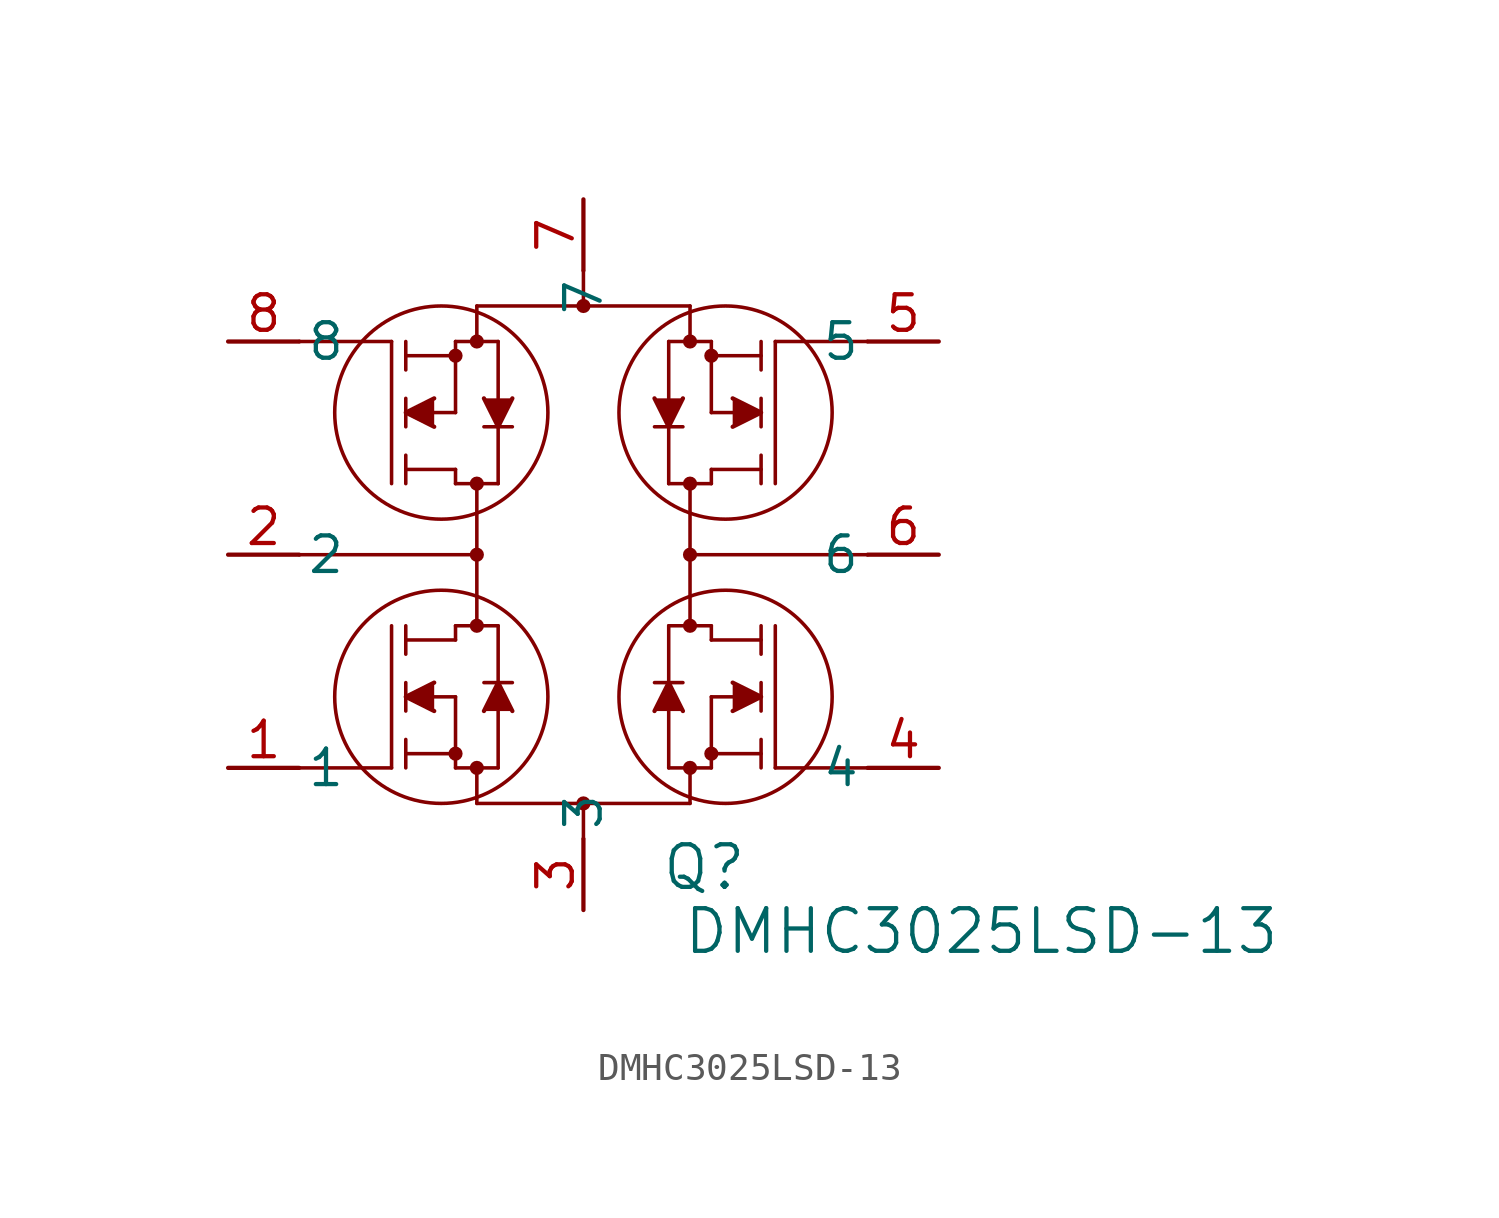
<source format=kicad_sym>
(kicad_symbol_lib
  (version 20241209)
  (generator "kicad_symbol_editor")
  (generator_version "9.0")
  (symbol "DMHC3025LSD-13"
    (pin_names
      (offset 0.254))
    (property "Reference" "Q"
      (at 17.018 -18.796 0)
      (effects (font (size 1.524 1.524))))
    (property "Value" "DMHC3025LSD-13"
      (at 26.924 -21.082 0)
      (effects (font (size 1.524 1.524))))
    (property "ki_locked" ""
      (at 0 0 0)
      (effects (font (size 1.27 1.27))))
    (symbol "DMHC3025LSD-13_0_1"
      (polyline (pts (xy 2.54 -7.62) (xy 8.89 -7.62)) (stroke (width 0.127) (type default)) (fill (type none)))
      (polyline (pts (xy 2.54 -15.24) (xy 5.842 -15.24)) (stroke (width 0.127) (type default)) (fill (type none)))
      (polyline (pts (xy 5.842 0) (xy 2.54 0)) (stroke (width 0.127) (type default)) (fill (type none)))
      (polyline (pts (xy 5.842 0) (xy 5.842 -5.08)) (stroke (width 0.127) (type default)) (fill (type none)))
      (polyline (pts (xy 5.842 -15.24) (xy 5.842 -10.16)) (stroke (width 0.127) (type default)) (fill (type none)))
      (polyline (pts (xy 6.35 0) (xy 6.35 -1.016)) (stroke (width 0.127) (type default)) (fill (type none)))
      (polyline (pts (xy 6.35 -0.508) (xy 8.128 -0.508)) (stroke (width 0.127) (type default)) (fill (type none)))
      (polyline (pts (xy 6.35 -2.032) (xy 6.35 -3.048)) (stroke (width 0.127) (type default)) (fill (type none)))
      (polyline (pts (xy 6.35 -4.064) (xy 6.35 -5.08)) (stroke (width 0.127) (type default)) (fill (type none)))
      (polyline (pts (xy 6.35 -4.572) (xy 8.128 -4.572)) (stroke (width 0.127) (type default)) (fill (type none)))
      (polyline (pts (xy 6.35 -10.668) (xy 8.128 -10.668)) (stroke (width 0.127) (type default)) (fill (type none)))
      (polyline (pts (xy 6.35 -11.176) (xy 6.35 -10.16)) (stroke (width 0.127) (type default)) (fill (type none)))
      (polyline (pts (xy 6.35 -13.208) (xy 6.35 -12.192)) (stroke (width 0.127) (type default)) (fill (type none)))
      (polyline (pts (xy 6.35 -14.732) (xy 8.128 -14.732)) (stroke (width 0.127) (type default)) (fill (type none)))
      (polyline (pts (xy 6.35 -15.24) (xy 6.35 -14.224)) (stroke (width 0.127) (type default)) (fill (type none)))
      (polyline (pts (xy 7.366 -2.54) (xy 8.128 -2.54)) (stroke (width 0.127) (type default)) (fill (type none)))
      (polyline (pts (xy 7.366 -3.048) (xy 6.35 -2.54) (xy 7.366 -2.032)) (stroke (width 0) (type default)) (fill (type outline)))
      (polyline (pts (xy 7.366 -12.192) (xy 6.35 -12.7) (xy 7.366 -13.208)) (stroke (width 0) (type default)) (fill (type outline)))
      (polyline (pts (xy 7.366 -12.7) (xy 8.128 -12.7)) (stroke (width 0.127) (type default)) (fill (type none)))
      (circle (center 7.62 -2.54) (radius 3.81) (stroke (width 0.127) (type default)) (fill (type none)))
      (circle (center 7.62 -12.7) (radius 3.81) (stroke (width 0.127) (type default)) (fill (type none)))
      (polyline (pts (xy 8.128 0) (xy 8.128 -2.54)) (stroke (width 0.127) (type default)) (fill (type none)))
      (polyline (pts (xy 8.128 0) (xy 9.652 0)) (stroke (width 0.127) (type default)) (fill (type none)))
      (circle (center 8.128 -0.508) (radius 0.127) (stroke (width 0.254) (type default)) (fill (type none)))
      (polyline (pts (xy 8.128 -4.572) (xy 8.128 -5.08)) (stroke (width 0.127) (type default)) (fill (type none)))
      (polyline (pts (xy 8.128 -5.08) (xy 9.652 -5.08)) (stroke (width 0.127) (type default)) (fill (type none)))
      (polyline (pts (xy 8.128 -10.16) (xy 9.652 -10.16)) (stroke (width 0.127) (type default)) (fill (type none)))
      (polyline (pts (xy 8.128 -10.668) (xy 8.128 -10.16)) (stroke (width 0.127) (type default)) (fill (type none)))
      (circle (center 8.128 -14.732) (radius 0.127) (stroke (width 0.254) (type default)) (fill (type none)))
      (polyline (pts (xy 8.128 -15.24) (xy 8.128 -12.7)) (stroke (width 0.127) (type default)) (fill (type none)))
      (polyline (pts (xy 8.128 -15.24) (xy 9.652 -15.24)) (stroke (width 0.127) (type default)) (fill (type none)))
      (polyline (pts (xy 8.89 1.27) (xy 16.51 1.27)) (stroke (width 0.127) (type default)) (fill (type none)))
      (polyline (pts (xy 8.89 0) (xy 8.89 1.27)) (stroke (width 0.127) (type default)) (fill (type none)))
      (circle (center 8.89 0) (radius 0.127) (stroke (width 0.254) (type default)) (fill (type none)))
      (polyline (pts (xy 8.89 -5.08) (xy 8.89 -10.16)) (stroke (width 0.127) (type default)) (fill (type none)))
      (circle (center 8.89 -5.08) (radius 0.127) (stroke (width 0.254) (type default)) (fill (type none)))
      (circle (center 8.89 -7.62) (radius 0.127) (stroke (width 0.254) (type default)) (fill (type none)))
      (circle (center 8.89 -10.16) (radius 0.127) (stroke (width 0.254) (type default)) (fill (type none)))
      (polyline (pts (xy 8.89 -15.24) (xy 8.89 -16.51)) (stroke (width 0.127) (type default)) (fill (type none)))
      (circle (center 8.89 -15.24) (radius 0.127) (stroke (width 0.254) (type default)) (fill (type none)))
      (polyline (pts (xy 8.89 -16.51) (xy 16.51 -16.51)) (stroke (width 0.127) (type default)) (fill (type none)))
      (polyline (pts (xy 9.652 0) (xy 9.652 -2.032)) (stroke (width 0.127) (type default)) (fill (type none)))
      (polyline (pts (xy 9.652 -3.048) (xy 9.652 -5.08)) (stroke (width 0.127) (type default)) (fill (type none)))
      (polyline (pts (xy 9.652 -12.192) (xy 9.652 -10.16)) (stroke (width 0.127) (type default)) (fill (type none)))
      (polyline (pts (xy 9.652 -15.24) (xy 9.652 -13.208)) (stroke (width 0.127) (type default)) (fill (type none)))
      (polyline (pts (xy 10.16 -2.032) (xy 9.652 -3.048) (xy 9.144 -2.032)) (stroke (width 0) (type default)) (fill (type outline)))
      (polyline (pts (xy 10.16 -3.048) (xy 9.144 -3.048)) (stroke (width 0.127) (type default)) (fill (type none)))
      (polyline (pts (xy 10.16 -12.192) (xy 9.144 -12.192)) (stroke (width 0.127) (type default)) (fill (type none)))
      (polyline (pts (xy 10.16 -13.208) (xy 9.652 -12.192) (xy 9.144 -13.208)) (stroke (width 0) (type default)) (fill (type outline)))
      (polyline (pts (xy 12.7 1.27) (xy 12.7 2.54)) (stroke (width 0.127) (type default)) (fill (type none)))
      (circle (center 12.7 1.27) (radius 0.127) (stroke (width 0.254) (type default)) (fill (type none)))
      (circle (center 12.7 -16.51) (radius 0.127) (stroke (width 0.254) (type default)) (fill (type none)))
      (polyline (pts (xy 12.7 -17.78) (xy 12.7 -16.51)) (stroke (width 0.127) (type default)) (fill (type none)))
      (polyline (pts (xy 15.24 -2.032) (xy 15.748 -3.048) (xy 16.256 -2.032)) (stroke (width 0) (type default)) (fill (type outline)))
      (polyline (pts (xy 15.24 -3.048) (xy 16.256 -3.048)) (stroke (width 0.127) (type default)) (fill (type none)))
      (polyline (pts (xy 15.24 -12.192) (xy 16.256 -12.192)) (stroke (width 0.127) (type default)) (fill (type none)))
      (polyline (pts (xy 15.24 -13.208) (xy 15.748 -12.192) (xy 16.256 -13.208)) (stroke (width 0) (type default)) (fill (type outline)))
      (polyline (pts (xy 15.748 0) (xy 15.748 -2.032)) (stroke (width 0.127) (type default)) (fill (type none)))
      (polyline (pts (xy 15.748 -3.048) (xy 15.748 -5.08)) (stroke (width 0.127) (type default)) (fill (type none)))
      (polyline (pts (xy 15.748 -12.192) (xy 15.748 -10.16)) (stroke (width 0.127) (type default)) (fill (type none)))
      (polyline (pts (xy 15.748 -15.24) (xy 15.748 -13.208)) (stroke (width 0.127) (type default)) (fill (type none)))
      (polyline (pts (xy 16.51 1.27) (xy 16.51 0)) (stroke (width 0.127) (type default)) (fill (type none)))
      (circle (center 16.51 0) (radius 0.127) (stroke (width 0.254) (type default)) (fill (type none)))
      (polyline (pts (xy 16.51 -5.08) (xy 16.51 -10.16)) (stroke (width 0.127) (type default)) (fill (type none)))
      (circle (center 16.51 -5.08) (radius 0.127) (stroke (width 0.254) (type default)) (fill (type none)))
      (circle (center 16.51 -7.62) (radius 0.127) (stroke (width 0.254) (type default)) (fill (type none)))
      (circle (center 16.51 -10.16) (radius 0.127) (stroke (width 0.254) (type default)) (fill (type none)))
      (circle (center 16.51 -15.24) (radius 0.127) (stroke (width 0.254) (type default)) (fill (type none)))
      (polyline (pts (xy 16.51 -16.51) (xy 16.51 -15.24)) (stroke (width 0.127) (type default)) (fill (type none)))
      (polyline (pts (xy 17.272 0) (xy 15.748 0)) (stroke (width 0.127) (type default)) (fill (type none)))
      (polyline (pts (xy 17.272 0) (xy 17.272 -2.54)) (stroke (width 0.127) (type default)) (fill (type none)))
      (circle (center 17.272 -0.508) (radius 0.127) (stroke (width 0.254) (type default)) (fill (type none)))
      (polyline (pts (xy 17.272 -4.572) (xy 17.272 -5.08)) (stroke (width 0.127) (type default)) (fill (type none)))
      (polyline (pts (xy 17.272 -5.08) (xy 15.748 -5.08)) (stroke (width 0.127) (type default)) (fill (type none)))
      (polyline (pts (xy 17.272 -10.16) (xy 15.748 -10.16)) (stroke (width 0.127) (type default)) (fill (type none)))
      (polyline (pts (xy 17.272 -10.668) (xy 17.272 -10.16)) (stroke (width 0.127) (type default)) (fill (type none)))
      (circle (center 17.272 -14.732) (radius 0.127) (stroke (width 0.254) (type default)) (fill (type none)))
      (polyline (pts (xy 17.272 -15.24) (xy 15.748 -15.24)) (stroke (width 0.127) (type default)) (fill (type none)))
      (polyline (pts (xy 17.272 -15.24) (xy 17.272 -12.7)) (stroke (width 0.127) (type default)) (fill (type none)))
      (circle (center 17.78 -2.54) (radius 3.81) (stroke (width 0.127) (type default)) (fill (type none)))
      (circle (center 17.78 -12.7) (radius 3.81) (stroke (width 0.127) (type default)) (fill (type none)))
      (polyline (pts (xy 18.034 -2.54) (xy 17.272 -2.54)) (stroke (width 0.127) (type default)) (fill (type none)))
      (polyline (pts (xy 18.034 -3.048) (xy 19.05 -2.54) (xy 18.034 -2.032)) (stroke (width 0) (type default)) (fill (type outline)))
      (polyline (pts (xy 18.034 -12.192) (xy 19.05 -12.7) (xy 18.034 -13.208)) (stroke (width 0) (type default)) (fill (type outline)))
      (polyline (pts (xy 18.034 -12.7) (xy 17.272 -12.7)) (stroke (width 0.127) (type default)) (fill (type none)))
      (polyline (pts (xy 19.05 0) (xy 19.05 -1.016)) (stroke (width 0.127) (type default)) (fill (type none)))
      (polyline (pts (xy 19.05 -0.508) (xy 17.272 -0.508)) (stroke (width 0.127) (type default)) (fill (type none)))
      (polyline (pts (xy 19.05 -2.032) (xy 19.05 -3.048)) (stroke (width 0.127) (type default)) (fill (type none)))
      (polyline (pts (xy 19.05 -4.064) (xy 19.05 -5.08)) (stroke (width 0.127) (type default)) (fill (type none)))
      (polyline (pts (xy 19.05 -4.572) (xy 17.272 -4.572)) (stroke (width 0.127) (type default)) (fill (type none)))
      (polyline (pts (xy 19.05 -10.668) (xy 17.272 -10.668)) (stroke (width 0.127) (type default)) (fill (type none)))
      (polyline (pts (xy 19.05 -11.176) (xy 19.05 -10.16)) (stroke (width 0.127) (type default)) (fill (type none)))
      (polyline (pts (xy 19.05 -13.208) (xy 19.05 -12.192)) (stroke (width 0.127) (type default)) (fill (type none)))
      (polyline (pts (xy 19.05 -14.732) (xy 17.272 -14.732)) (stroke (width 0.127) (type default)) (fill (type none)))
      (polyline (pts (xy 19.05 -15.24) (xy 19.05 -14.224)) (stroke (width 0.127) (type default)) (fill (type none)))
      (polyline (pts (xy 19.558 0) (xy 19.558 -5.08)) (stroke (width 0.127) (type default)) (fill (type none)))
      (polyline (pts (xy 19.558 0) (xy 22.86 0)) (stroke (width 0.127) (type default)) (fill (type none)))
      (polyline (pts (xy 19.558 -15.24) (xy 19.558 -10.16)) (stroke (width 0.127) (type default)) (fill (type none)))
      (polyline (pts (xy 22.86 -7.62) (xy 16.51 -7.62)) (stroke (width 0.127) (type default)) (fill (type none)))
      (polyline (pts (xy 22.86 -15.24) (xy 19.558 -15.24)) (stroke (width 0.127) (type default)) (fill (type none))))
    (symbol "DMHC3025LSD-13_1_1"
      (pin input line (at 0 0 0) (length 2.54) (name "8" (effects (font (size 1.27 1.27)))) (number "8" (effects (font (size 1.27 1.27)))))
      (pin passive line (at 0 -7.62 0) (length 2.54) (name "2" (effects (font (size 1.27 1.27)))) (number "2" (effects (font (size 1.27 1.27)))))
      (pin input line (at 0 -15.24 0) (length 2.54) (name "1" (effects (font (size 1.27 1.27)))) (number "1" (effects (font (size 1.27 1.27)))))
      (pin passive line (at 12.7 5.08 270) (length 2.54) (name "7" (effects (font (size 1.27 1.27)))) (number "7" (effects (font (size 1.27 1.27)))))
      (pin passive line (at 12.7 -20.32 90) (length 2.54) (name "3" (effects (font (size 1.27 1.27)))) (number "3" (effects (font (size 1.27 1.27)))))
      (pin input line (at 25.4 0 180) (length 2.54) (name "5" (effects (font (size 1.27 1.27)))) (number "5" (effects (font (size 1.27 1.27)))))
      (pin passive line (at 25.4 -7.62 180) (length 2.54) (name "6" (effects (font (size 1.27 1.27)))) (number "6" (effects (font (size 1.27 1.27)))))
      (pin input line (at 25.4 -15.24 180) (length 2.54) (name "4" (effects (font (size 1.27 1.27)))) (number "4" (effects (font (size 1.27 1.27))))))))
</source>
